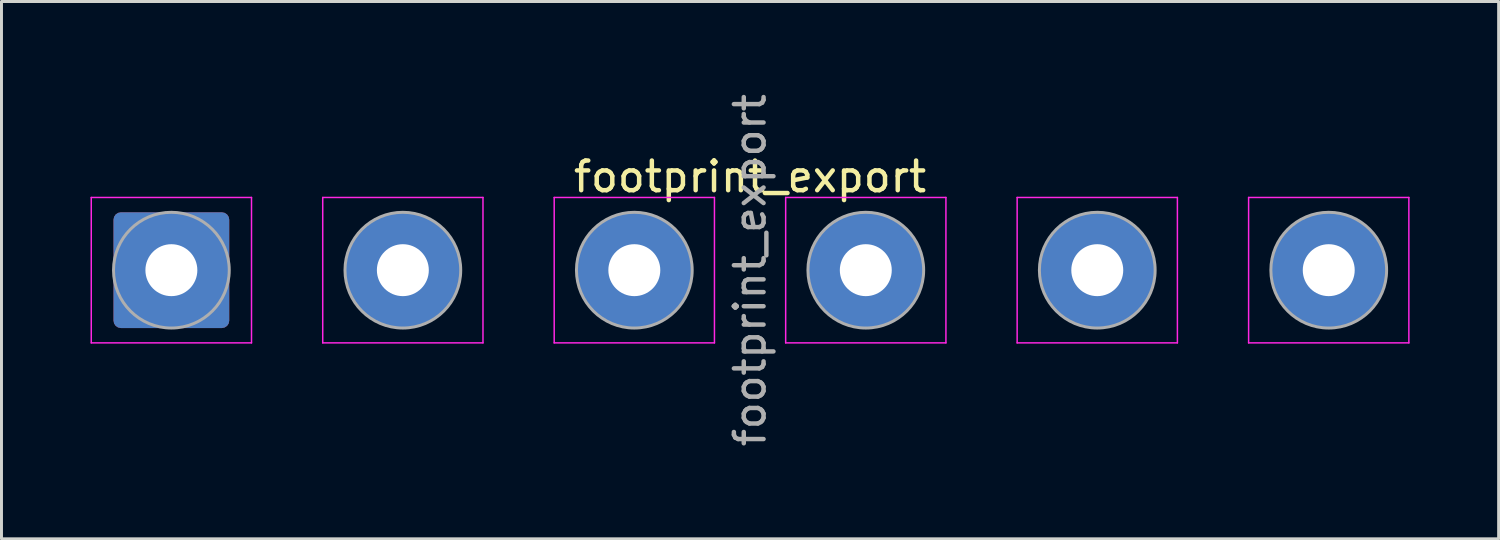
<source format=kicad_pcb>
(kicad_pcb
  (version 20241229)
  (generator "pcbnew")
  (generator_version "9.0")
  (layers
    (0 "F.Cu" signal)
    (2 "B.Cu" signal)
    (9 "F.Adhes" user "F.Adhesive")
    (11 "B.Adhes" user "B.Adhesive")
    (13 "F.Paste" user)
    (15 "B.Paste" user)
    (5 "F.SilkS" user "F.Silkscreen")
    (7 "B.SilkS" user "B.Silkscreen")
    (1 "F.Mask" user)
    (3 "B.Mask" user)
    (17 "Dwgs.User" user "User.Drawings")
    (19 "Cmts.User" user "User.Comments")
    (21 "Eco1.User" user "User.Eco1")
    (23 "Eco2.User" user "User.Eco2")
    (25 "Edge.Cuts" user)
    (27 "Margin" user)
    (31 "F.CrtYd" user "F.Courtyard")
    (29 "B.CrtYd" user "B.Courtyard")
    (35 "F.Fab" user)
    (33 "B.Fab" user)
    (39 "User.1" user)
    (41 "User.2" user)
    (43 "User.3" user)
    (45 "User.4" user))
  (footprint "footprint_export"
    (layer "F.Cu")
    (at 2.725 6.054)
    (property "Reference" "footprint_export" (at 19.5 -3.15 0) (layer "F.SilkS") (effects (font (size 1 1) (thickness 0.15))))
    (attr exclude_from_pos_files exclude_from_bom)
    (fp_line (start -2.7 -2.45) (end -2.7 2.45) (stroke (width 0.05) (type solid)) (layer "F.CrtYd"))
    (fp_line (start -2.7 2.45) (end 2.7 2.45) (stroke (width 0.05) (type solid)) (layer "F.CrtYd"))
    (fp_line (start 2.7 -2.45) (end -2.7 -2.45) (stroke (width 0.05) (type solid)) (layer "F.CrtYd"))
    (fp_line (start 2.7 2.45) (end 2.7 -2.45) (stroke (width 0.05) (type solid)) (layer "F.CrtYd"))
    (fp_line (start 5.1 -2.45) (end 5.1 2.45) (stroke (width 0.05) (type solid)) (layer "F.CrtYd"))
    (fp_line (start 5.1 2.45) (end 10.5 2.45) (stroke (width 0.05) (type solid)) (layer "F.CrtYd"))
    (fp_line (start 10.5 -2.45) (end 5.1 -2.45) (stroke (width 0.05) (type solid)) (layer "F.CrtYd"))
    (fp_line (start 10.5 2.45) (end 10.5 -2.45) (stroke (width 0.05) (type solid)) (layer "F.CrtYd"))
    (fp_line (start 12.9 -2.45) (end 12.9 2.45) (stroke (width 0.05) (type solid)) (layer "F.CrtYd"))
    (fp_line (start 12.9 2.45) (end 18.3 2.45) (stroke (width 0.05) (type solid)) (layer "F.CrtYd"))
    (fp_line (start 18.3 -2.45) (end 12.9 -2.45) (stroke (width 0.05) (type solid)) (layer "F.CrtYd"))
    (fp_line (start 18.3 2.45) (end 18.3 -2.45) (stroke (width 0.05) (type solid)) (layer "F.CrtYd"))
    (fp_line (start 20.7 -2.45) (end 20.7 2.45) (stroke (width 0.05) (type solid)) (layer "F.CrtYd"))
    (fp_line (start 20.7 2.45) (end 26.1 2.45) (stroke (width 0.05) (type solid)) (layer "F.CrtYd"))
    (fp_line (start 26.1 -2.45) (end 20.7 -2.45) (stroke (width 0.05) (type solid)) (layer "F.CrtYd"))
    (fp_line (start 26.1 2.45) (end 26.1 -2.45) (stroke (width 0.05) (type solid)) (layer "F.CrtYd"))
    (fp_line (start 28.5 -2.45) (end 28.5 2.45) (stroke (width 0.05) (type solid)) (layer "F.CrtYd"))
    (fp_line (start 28.5 2.45) (end 33.9 2.45) (stroke (width 0.05) (type solid)) (layer "F.CrtYd"))
    (fp_line (start 33.9 -2.45) (end 28.5 -2.45) (stroke (width 0.05) (type solid)) (layer "F.CrtYd"))
    (fp_line (start 33.9 2.45) (end 33.9 -2.45) (stroke (width 0.05) (type solid)) (layer "F.CrtYd"))
    (fp_line (start 36.3 -2.45) (end 36.3 2.45) (stroke (width 0.05) (type solid)) (layer "F.CrtYd"))
    (fp_line (start 36.3 2.45) (end 41.7 2.45) (stroke (width 0.05) (type solid)) (layer "F.CrtYd"))
    (fp_line (start 41.7 -2.45) (end 36.3 -2.45) (stroke (width 0.05) (type solid)) (layer "F.CrtYd"))
    (fp_line (start 41.7 2.45) (end 41.7 -2.45) (stroke (width 0.05) (type solid)) (layer "F.CrtYd"))
    (fp_circle (center 0 0) (end 1.95 0) (stroke (width 0.1) (type solid)) (fill no) (layer "F.Fab"))
    (fp_circle (center 7.8 0) (end 9.75 0) (stroke (width 0.1) (type solid)) (fill no) (layer "F.Fab"))
    (fp_circle (center 15.6 0) (end 17.55 0) (stroke (width 0.1) (type solid)) (fill no) (layer "F.Fab"))
    (fp_circle (center 23.4 0) (end 25.35 0) (stroke (width 0.1) (type solid)) (fill no) (layer "F.Fab"))
    (fp_circle (center 31.2 0) (end 33.15 0) (stroke (width 0.1) (type solid)) (fill no) (layer "F.Fab"))
    (fp_circle (center 39 0) (end 40.95 0) (stroke (width 0.1) (type solid)) (fill no) (layer "F.Fab"))
    (fp_text user "${REFERENCE}" (at 19.5 0 90) (layer "F.Fab") (effects (font (size 1 1) (thickness 0.15))))
    (pad "1" thru_hole roundrect (at 0 0) (size 3.9 3.9) (drill 1.75) (layers "*.Cu" "*.Mask") (roundrect_rratio 0.064))
    (pad "2" thru_hole circle (at 7.8 0) (size 3.9 3.9) (drill 1.75) (layers "*.Cu" "*.Mask"))
    (pad "3" thru_hole circle (at 15.6 0) (size 3.9 3.9) (drill 1.75) (layers "*.Cu" "*.Mask"))
    (pad "4" thru_hole circle (at 23.4 0) (size 3.9 3.9) (drill 1.75) (layers "*.Cu" "*.Mask"))
    (pad "5" thru_hole circle (at 31.2 0) (size 3.9 3.9) (drill 1.75) (layers "*.Cu" "*.Mask"))
    (pad "6" thru_hole circle (at 39 0) (size 3.9 3.9) (drill 1.75) (layers "*.Cu" "*.Mask")))
  (gr_rect
    (start -3 -3)
    (end 47.45 15.107)
    (stroke (width 0.1) (type default))
    (fill no)
    (layer "Edge.Cuts")))
</source>
